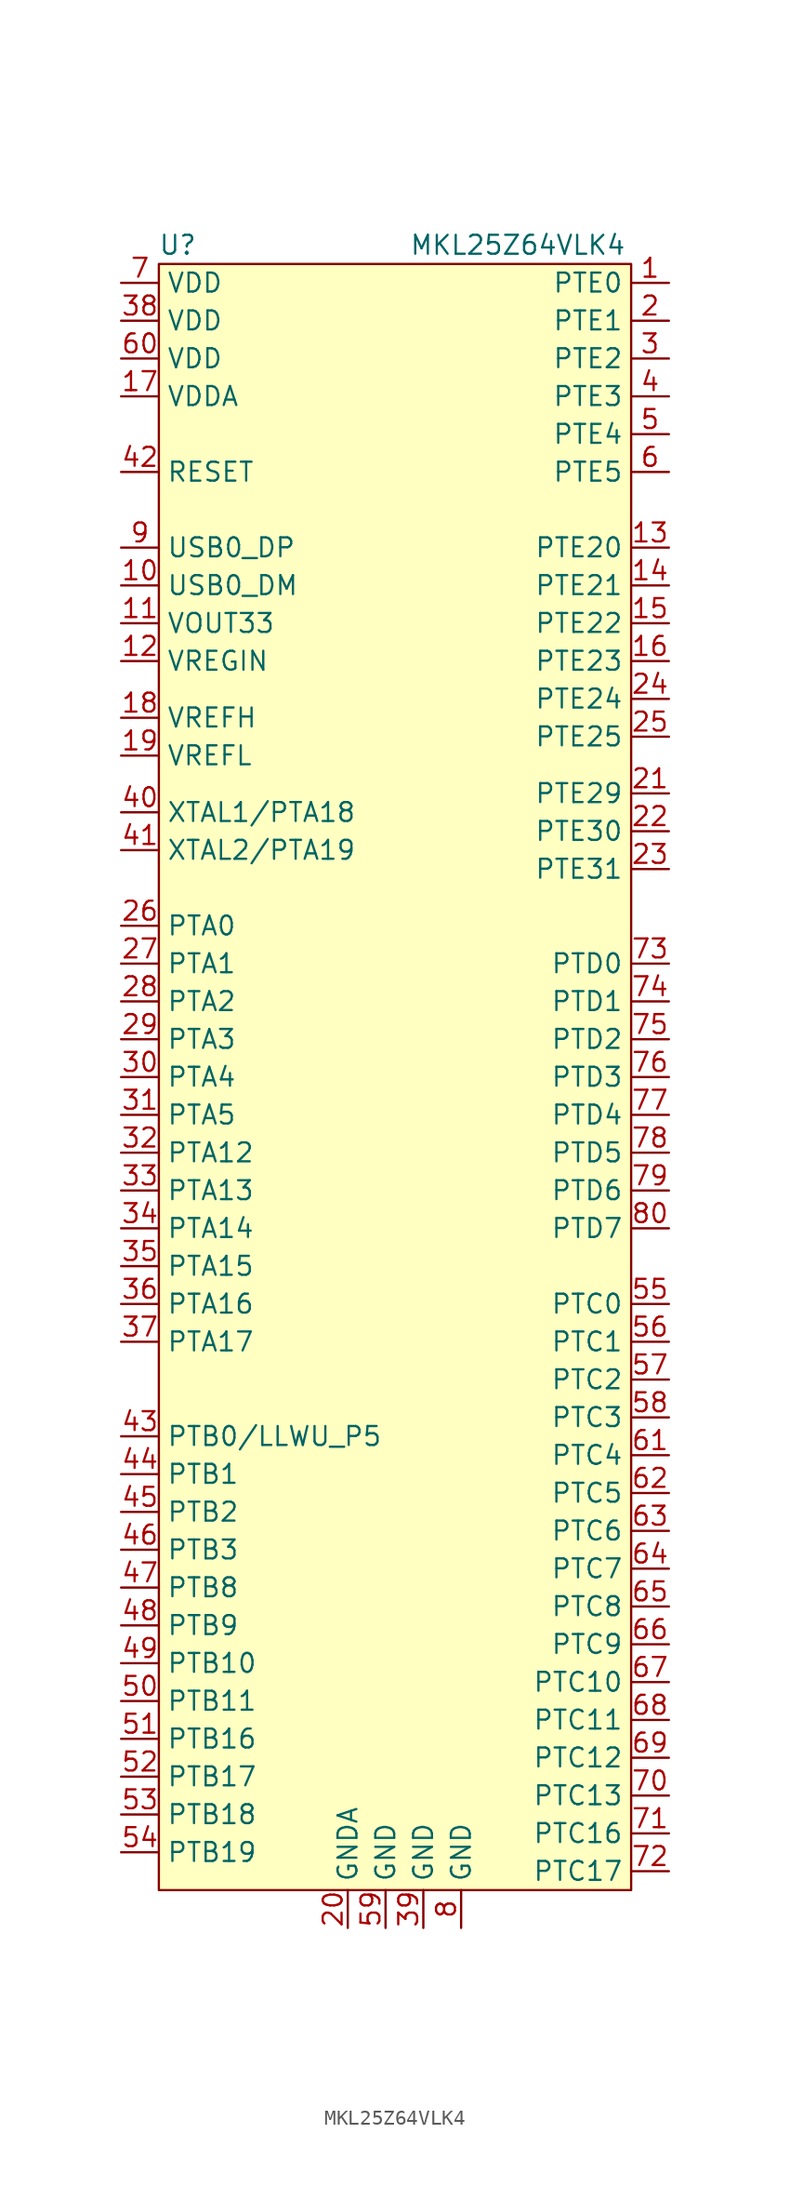
<source format=kicad_sym>
(kicad_symbol_lib
  (version 20211014)
  (generator kicad_symbol_editor)
  (symbol "MKL25Z64VLK4"
    (property "Reference" "U"
      (at 3.81 2.54 0)
      (effects (font (size 1.27 1.27))))
    (property "Value" "MKL25Z64VLK4"
      (at 26.67 2.54 0)
      (effects (font (size 1.27 1.27))))
    (symbol "MKL25Z64VLK4_0_0"
      (pin unspecified line (at 36.83 0 180) (length 2.54) (name "PTE0" (effects (font (size 1.27 1.27)))) (number "1" (effects (font (size 1.27 1.27)))))
      (pin unspecified line (at 0 -20.32 0) (length 2.54) (name "USB0_DM" (effects (font (size 1.27 1.27)))) (number "10" (effects (font (size 1.27 1.27)))))
      (pin unspecified line (at 0 -22.86 0) (length 2.54) (name "VOUT33" (effects (font (size 1.27 1.27)))) (number "11" (effects (font (size 1.27 1.27)))))
      (pin unspecified line (at 0 -25.4 0) (length 2.54) (name "VREGIN" (effects (font (size 1.27 1.27)))) (number "12" (effects (font (size 1.27 1.27)))))
      (pin unspecified line (at 36.83 -17.78 180) (length 2.54) (name "PTE20" (effects (font (size 1.27 1.27)))) (number "13" (effects (font (size 1.27 1.27)))))
      (pin unspecified line (at 36.83 -20.32 180) (length 2.54) (name "PTE21" (effects (font (size 1.27 1.27)))) (number "14" (effects (font (size 1.27 1.27)))))
      (pin unspecified line (at 36.83 -22.86 180) (length 2.54) (name "PTE22" (effects (font (size 1.27 1.27)))) (number "15" (effects (font (size 1.27 1.27)))))
      (pin unspecified line (at 36.83 -25.4 180) (length 2.54) (name "PTE23" (effects (font (size 1.27 1.27)))) (number "16" (effects (font (size 1.27 1.27)))))
      (pin unspecified line (at 0 -7.62 0) (length 2.54) (name "VDDA" (effects (font (size 1.27 1.27)))) (number "17" (effects (font (size 1.27 1.27)))))
      (pin unspecified line (at 0 -29.21 0) (length 2.54) (name "VREFH" (effects (font (size 1.27 1.27)))) (number "18" (effects (font (size 1.27 1.27)))))
      (pin unspecified line (at 0 -31.75 0) (length 2.54) (name "VREFL" (effects (font (size 1.27 1.27)))) (number "19" (effects (font (size 1.27 1.27)))))
      (pin unspecified line (at 36.83 -2.54 180) (length 2.54) (name "PTE1" (effects (font (size 1.27 1.27)))) (number "2" (effects (font (size 1.27 1.27)))))
      (pin unspecified line (at 15.24 -110.49 90) (length 2.54) (name "GNDA" (effects (font (size 1.27 1.27)))) (number "20" (effects (font (size 1.27 1.27)))))
      (pin unspecified line (at 36.83 -34.29 180) (length 2.54) (name "PTE29" (effects (font (size 1.27 1.27)))) (number "21" (effects (font (size 1.27 1.27)))))
      (pin unspecified line (at 36.83 -36.83 180) (length 2.54) (name "PTE30" (effects (font (size 1.27 1.27)))) (number "22" (effects (font (size 1.27 1.27)))))
      (pin unspecified line (at 36.83 -39.37 180) (length 2.54) (name "PTE31" (effects (font (size 1.27 1.27)))) (number "23" (effects (font (size 1.27 1.27)))))
      (pin unspecified line (at 36.83 -27.94 180) (length 2.54) (name "PTE24" (effects (font (size 1.27 1.27)))) (number "24" (effects (font (size 1.27 1.27)))))
      (pin unspecified line (at 36.83 -30.48 180) (length 2.54) (name "PTE25" (effects (font (size 1.27 1.27)))) (number "25" (effects (font (size 1.27 1.27)))))
      (pin unspecified line (at 0 -43.18 0) (length 2.54) (name "PTA0" (effects (font (size 1.27 1.27)))) (number "26" (effects (font (size 1.27 1.27)))))
      (pin unspecified line (at 0 -45.72 0) (length 2.54) (name "PTA1" (effects (font (size 1.27 1.27)))) (number "27" (effects (font (size 1.27 1.27)))))
      (pin unspecified line (at 0 -48.26 0) (length 2.54) (name "PTA2" (effects (font (size 1.27 1.27)))) (number "28" (effects (font (size 1.27 1.27)))))
      (pin unspecified line (at 0 -50.8 0) (length 2.54) (name "PTA3" (effects (font (size 1.27 1.27)))) (number "29" (effects (font (size 1.27 1.27)))))
      (pin unspecified line (at 36.83 -5.08 180) (length 2.54) (name "PTE2" (effects (font (size 1.27 1.27)))) (number "3" (effects (font (size 1.27 1.27)))))
      (pin unspecified line (at 0 -53.34 0) (length 2.54) (name "PTA4" (effects (font (size 1.27 1.27)))) (number "30" (effects (font (size 1.27 1.27)))))
      (pin unspecified line (at 0 -55.88 0) (length 2.54) (name "PTA5" (effects (font (size 1.27 1.27)))) (number "31" (effects (font (size 1.27 1.27)))))
      (pin unspecified line (at 0 -58.42 0) (length 2.54) (name "PTA12" (effects (font (size 1.27 1.27)))) (number "32" (effects (font (size 1.27 1.27)))))
      (pin unspecified line (at 0 -60.96 0) (length 2.54) (name "PTA13" (effects (font (size 1.27 1.27)))) (number "33" (effects (font (size 1.27 1.27)))))
      (pin unspecified line (at 0 -63.5 0) (length 2.54) (name "PTA14" (effects (font (size 1.27 1.27)))) (number "34" (effects (font (size 1.27 1.27)))))
      (pin unspecified line (at 0 -66.04 0) (length 2.54) (name "PTA15" (effects (font (size 1.27 1.27)))) (number "35" (effects (font (size 1.27 1.27)))))
      (pin unspecified line (at 0 -68.58 0) (length 2.54) (name "PTA16" (effects (font (size 1.27 1.27)))) (number "36" (effects (font (size 1.27 1.27)))))
      (pin unspecified line (at 0 -71.12 0) (length 2.54) (name "PTA17" (effects (font (size 1.27 1.27)))) (number "37" (effects (font (size 1.27 1.27)))))
      (pin unspecified line (at 0 -2.54 0) (length 2.54) (name "VDD" (effects (font (size 1.27 1.27)))) (number "38" (effects (font (size 1.27 1.27)))))
      (pin unspecified line (at 20.32 -110.49 90) (length 2.54) (name "GND" (effects (font (size 1.27 1.27)))) (number "39" (effects (font (size 1.27 1.27)))))
      (pin unspecified line (at 36.83 -7.62 180) (length 2.54) (name "PTE3" (effects (font (size 1.27 1.27)))) (number "4" (effects (font (size 1.27 1.27)))))
      (pin unspecified line (at 0 -35.56 0) (length 2.54) (name "XTAL1/PTA18" (effects (font (size 1.27 1.27)))) (number "40" (effects (font (size 1.27 1.27)))))
      (pin unspecified line (at 0 -38.1 0) (length 2.54) (name "XTAL2/PTA19" (effects (font (size 1.27 1.27)))) (number "41" (effects (font (size 1.27 1.27)))))
      (pin unspecified line (at 0 -12.7 0) (length 2.54) (name "RESET" (effects (font (size 1.27 1.27)))) (number "42" (effects (font (size 1.27 1.27)))))
      (pin unspecified line (at 0 -77.47 0) (length 2.54) (name "PTB0/LLWU_P5" (effects (font (size 1.27 1.27)))) (number "43" (effects (font (size 1.27 1.27)))))
      (pin unspecified line (at 0 -80.01 0) (length 2.54) (name "PTB1" (effects (font (size 1.27 1.27)))) (number "44" (effects (font (size 1.27 1.27)))))
      (pin unspecified line (at 0 -82.55 0) (length 2.54) (name "PTB2" (effects (font (size 1.27 1.27)))) (number "45" (effects (font (size 1.27 1.27)))))
      (pin unspecified line (at 0 -85.09 0) (length 2.54) (name "PTB3" (effects (font (size 1.27 1.27)))) (number "46" (effects (font (size 1.27 1.27)))))
      (pin unspecified line (at 0 -87.63 0) (length 2.54) (name "PTB8" (effects (font (size 1.27 1.27)))) (number "47" (effects (font (size 1.27 1.27)))))
      (pin unspecified line (at 0 -90.17 0) (length 2.54) (name "PTB9" (effects (font (size 1.27 1.27)))) (number "48" (effects (font (size 1.27 1.27)))))
      (pin unspecified line (at 0 -92.71 0) (length 2.54) (name "PTB10" (effects (font (size 1.27 1.27)))) (number "49" (effects (font (size 1.27 1.27)))))
      (pin unspecified line (at 36.83 -10.16 180) (length 2.54) (name "PTE4" (effects (font (size 1.27 1.27)))) (number "5" (effects (font (size 1.27 1.27)))))
      (pin unspecified line (at 0 -95.25 0) (length 2.54) (name "PTB11" (effects (font (size 1.27 1.27)))) (number "50" (effects (font (size 1.27 1.27)))))
      (pin unspecified line (at 0 -97.79 0) (length 2.54) (name "PTB16" (effects (font (size 1.27 1.27)))) (number "51" (effects (font (size 1.27 1.27)))))
      (pin unspecified line (at 0 -100.33 0) (length 2.54) (name "PTB17" (effects (font (size 1.27 1.27)))) (number "52" (effects (font (size 1.27 1.27)))))
      (pin unspecified line (at 0 -102.87 0) (length 2.54) (name "PTB18" (effects (font (size 1.27 1.27)))) (number "53" (effects (font (size 1.27 1.27)))))
      (pin unspecified line (at 0 -105.41 0) (length 2.54) (name "PTB19" (effects (font (size 1.27 1.27)))) (number "54" (effects (font (size 1.27 1.27)))))
      (pin unspecified line (at 36.83 -68.58 180) (length 2.54) (name "PTC0" (effects (font (size 1.27 1.27)))) (number "55" (effects (font (size 1.27 1.27)))))
      (pin unspecified line (at 36.83 -71.12 180) (length 2.54) (name "PTC1" (effects (font (size 1.27 1.27)))) (number "56" (effects (font (size 1.27 1.27)))))
      (pin unspecified line (at 36.83 -73.66 180) (length 2.54) (name "PTC2" (effects (font (size 1.27 1.27)))) (number "57" (effects (font (size 1.27 1.27)))))
      (pin unspecified line (at 36.83 -76.2 180) (length 2.54) (name "PTC3" (effects (font (size 1.27 1.27)))) (number "58" (effects (font (size 1.27 1.27)))))
      (pin unspecified line (at 17.78 -110.49 90) (length 2.54) (name "GND" (effects (font (size 1.27 1.27)))) (number "59" (effects (font (size 1.27 1.27)))))
      (pin unspecified line (at 36.83 -12.7 180) (length 2.54) (name "PTE5" (effects (font (size 1.27 1.27)))) (number "6" (effects (font (size 1.27 1.27)))))
      (pin unspecified line (at 0 -5.08 0) (length 2.54) (name "VDD" (effects (font (size 1.27 1.27)))) (number "60" (effects (font (size 1.27 1.27)))))
      (pin unspecified line (at 36.83 -78.74 180) (length 2.54) (name "PTC4" (effects (font (size 1.27 1.27)))) (number "61" (effects (font (size 1.27 1.27)))))
      (pin unspecified line (at 36.83 -81.28 180) (length 2.54) (name "PTC5" (effects (font (size 1.27 1.27)))) (number "62" (effects (font (size 1.27 1.27)))))
      (pin unspecified line (at 36.83 -83.82 180) (length 2.54) (name "PTC6" (effects (font (size 1.27 1.27)))) (number "63" (effects (font (size 1.27 1.27)))))
      (pin unspecified line (at 36.83 -86.36 180) (length 2.54) (name "PTC7" (effects (font (size 1.27 1.27)))) (number "64" (effects (font (size 1.27 1.27)))))
      (pin unspecified line (at 36.83 -88.9 180) (length 2.54) (name "PTC8" (effects (font (size 1.27 1.27)))) (number "65" (effects (font (size 1.27 1.27)))))
      (pin unspecified line (at 36.83 -91.44 180) (length 2.54) (name "PTC9" (effects (font (size 1.27 1.27)))) (number "66" (effects (font (size 1.27 1.27)))))
      (pin unspecified line (at 36.83 -93.98 180) (length 2.54) (name "PTC10" (effects (font (size 1.27 1.27)))) (number "67" (effects (font (size 1.27 1.27)))))
      (pin unspecified line (at 36.83 -96.52 180) (length 2.54) (name "PTC11" (effects (font (size 1.27 1.27)))) (number "68" (effects (font (size 1.27 1.27)))))
      (pin unspecified line (at 36.83 -99.06 180) (length 2.54) (name "PTC12" (effects (font (size 1.27 1.27)))) (number "69" (effects (font (size 1.27 1.27)))))
      (pin unspecified line (at 0 0 0) (length 2.54) (name "VDD" (effects (font (size 1.27 1.27)))) (number "7" (effects (font (size 1.27 1.27)))))
      (pin unspecified line (at 36.83 -101.6 180) (length 2.54) (name "PTC13" (effects (font (size 1.27 1.27)))) (number "70" (effects (font (size 1.27 1.27)))))
      (pin unspecified line (at 36.83 -104.14 180) (length 2.54) (name "PTC16" (effects (font (size 1.27 1.27)))) (number "71" (effects (font (size 1.27 1.27)))))
      (pin unspecified line (at 36.83 -106.68 180) (length 2.54) (name "PTC17" (effects (font (size 1.27 1.27)))) (number "72" (effects (font (size 1.27 1.27)))))
      (pin unspecified line (at 36.83 -45.72 180) (length 2.54) (name "PTD0" (effects (font (size 1.27 1.27)))) (number "73" (effects (font (size 1.27 1.27)))))
      (pin unspecified line (at 36.83 -48.26 180) (length 2.54) (name "PTD1" (effects (font (size 1.27 1.27)))) (number "74" (effects (font (size 1.27 1.27)))))
      (pin unspecified line (at 36.83 -50.8 180) (length 2.54) (name "PTD2" (effects (font (size 1.27 1.27)))) (number "75" (effects (font (size 1.27 1.27)))))
      (pin unspecified line (at 36.83 -53.34 180) (length 2.54) (name "PTD3" (effects (font (size 1.27 1.27)))) (number "76" (effects (font (size 1.27 1.27)))))
      (pin unspecified line (at 36.83 -55.88 180) (length 2.54) (name "PTD4" (effects (font (size 1.27 1.27)))) (number "77" (effects (font (size 1.27 1.27)))))
      (pin unspecified line (at 36.83 -58.42 180) (length 2.54) (name "PTD5" (effects (font (size 1.27 1.27)))) (number "78" (effects (font (size 1.27 1.27)))))
      (pin unspecified line (at 36.83 -60.96 180) (length 2.54) (name "PTD6" (effects (font (size 1.27 1.27)))) (number "79" (effects (font (size 1.27 1.27)))))
      (pin unspecified line (at 22.86 -110.49 90) (length 2.54) (name "GND" (effects (font (size 1.27 1.27)))) (number "8" (effects (font (size 1.27 1.27)))))
      (pin unspecified line (at 36.83 -63.5 180) (length 2.54) (name "PTD7" (effects (font (size 1.27 1.27)))) (number "80" (effects (font (size 1.27 1.27)))))
      (pin unspecified line (at 0 -17.78 0) (length 2.54) (name "USB0_DP" (effects (font (size 1.27 1.27)))) (number "9" (effects (font (size 1.27 1.27))))))
    (symbol "MKL25Z64VLK4_0_1"
      (rectangle (start 2.54 1.27) (end 34.29 -107.95) (stroke (width 0.152) (type default) (color 0 0 0 0)) (fill (type background))))))
</source>
